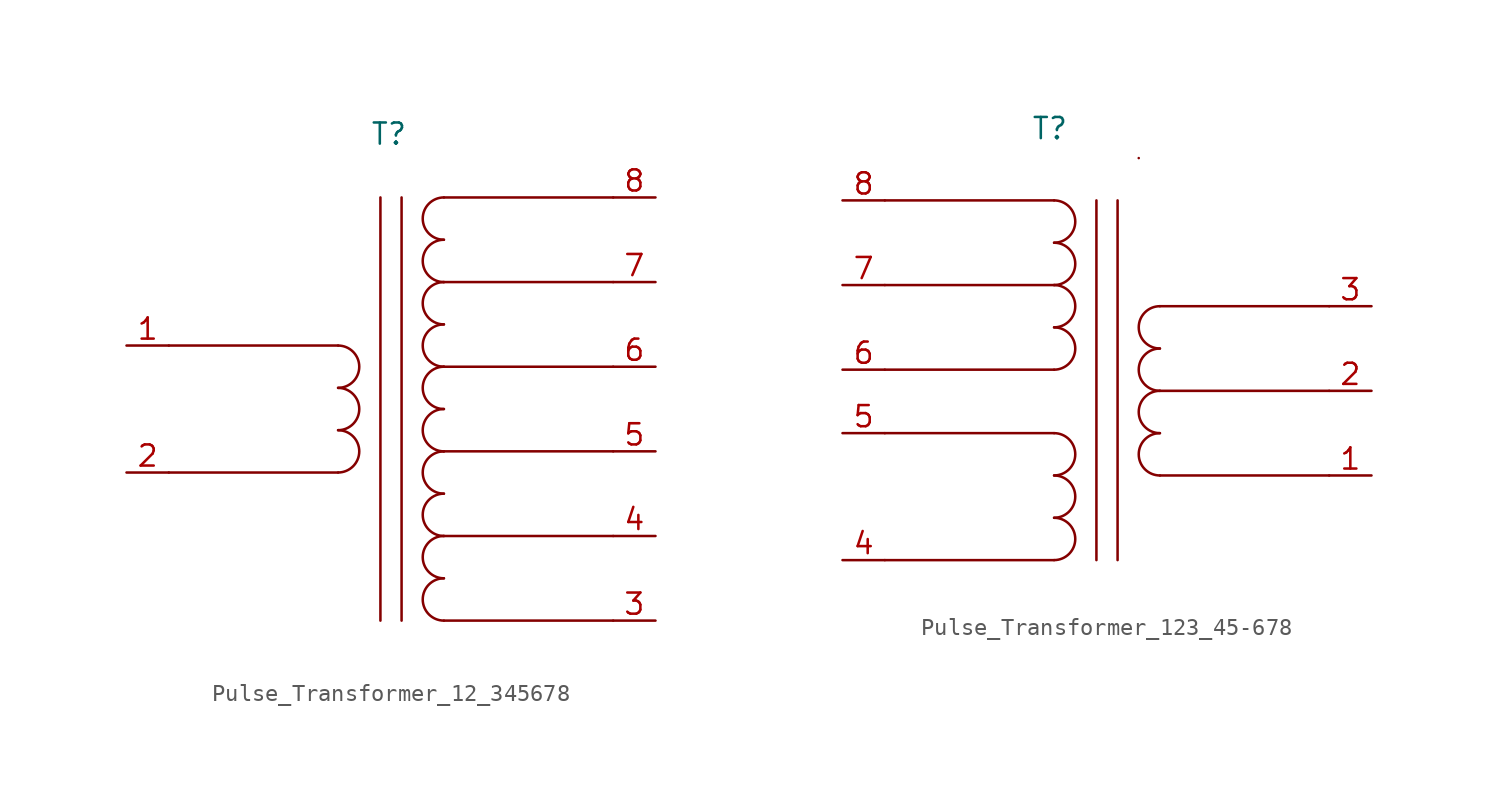
<source format=kicad_sym>
(kicad_symbol_lib
  (version 20231120)
  (generator "kicad_symbol_editor")
  (generator_version "8.0")
  (symbol "Pulse_Transformer_12_345678"
    (property "Reference" "T"
      (at -0.762 15.24 0)
      (effects (font (size 1.27 1.27))))
    (property "Value" ""
      (at 0 0 0)
      (effects (font (size 1.27 1.27))))
    (symbol "Pulse_Transformer_12_345678_0_1"
      (arc (start -3.81 -5.08) (mid -2.54 -3.81) (end -3.81 -2.54) (stroke (width 0) (type default)) (fill (type none)))
      (arc (start -3.81 -2.54) (mid -2.54 -1.27) (end -3.81 0) (stroke (width 0) (type default)) (fill (type none)))
      (arc (start -3.81 0) (mid -2.54 1.27) (end -3.81 2.54) (stroke (width 0) (type default)) (fill (type none)))
      (polyline (pts (xy -13.97 -5.08) (xy -3.81 -5.08)) (stroke (width 0) (type default)) (fill (type none)))
      (polyline (pts (xy -13.97 2.54) (xy -3.81 2.54)) (stroke (width 0) (type default)) (fill (type none)))
      (polyline (pts (xy -1.27 11.43) (xy -1.27 -13.97)) (stroke (width 0) (type default)) (fill (type none)))
      (polyline (pts (xy 0 11.43) (xy 0 -13.97)) (stroke (width 0) (type default)) (fill (type none)))
      (polyline (pts (xy 2.54 -13.97) (xy 12.7 -13.97)) (stroke (width 0) (type default)) (fill (type none)))
      (polyline (pts (xy 2.54 -8.89) (xy 12.7 -8.89)) (stroke (width 0) (type default)) (fill (type none)))
      (polyline (pts (xy 2.54 -3.81) (xy 12.7 -3.81)) (stroke (width 0) (type default)) (fill (type none)))
      (polyline (pts (xy 2.54 1.27) (xy 12.7 1.27)) (stroke (width 0) (type default)) (fill (type none)))
      (polyline (pts (xy 2.54 6.35) (xy 12.7 6.35)) (stroke (width 0) (type default)) (fill (type none)))
      (polyline (pts (xy 2.54 11.43) (xy 12.7 11.43)) (stroke (width 0) (type default)) (fill (type none)))
      (arc (start 2.54 -11.43) (mid 1.27 -12.7) (end 2.54 -13.97) (stroke (width 0) (type default)) (fill (type none)))
      (arc (start 2.54 -8.89) (mid 1.27 -10.16) (end 2.54 -11.43) (stroke (width 0) (type default)) (fill (type none)))
      (arc (start 2.54 -6.35) (mid 1.27 -7.62) (end 2.54 -8.89) (stroke (width 0) (type default)) (fill (type none)))
      (arc (start 2.54 -3.81) (mid 1.27 -5.08) (end 2.54 -6.35) (stroke (width 0) (type default)) (fill (type none)))
      (arc (start 2.54 -1.27) (mid 1.27 -2.54) (end 2.54 -3.81) (stroke (width 0) (type default)) (fill (type none)))
      (arc (start 2.54 1.27) (mid 1.27 0) (end 2.54 -1.27) (stroke (width 0) (type default)) (fill (type none)))
      (arc (start 2.54 3.81) (mid 1.27 2.54) (end 2.54 1.27) (stroke (width 0) (type default)) (fill (type none)))
      (arc (start 2.54 6.35) (mid 1.27 5.08) (end 2.54 3.81) (stroke (width 0) (type default)) (fill (type none)))
      (arc (start 2.54 8.89) (mid 1.27 7.62) (end 2.54 6.35) (stroke (width 0) (type default)) (fill (type none)))
      (arc (start 2.54 11.43) (mid 1.27 10.16) (end 2.54 8.89) (stroke (width 0) (type default)) (fill (type none))))
    (symbol "Pulse_Transformer_12_345678_1_1"
      (pin input line (at -16.51 2.54 0) (length 2.54) (name "" (effects (font (size 1.27 1.27)))) (number "1" (effects (font (size 1.27 1.27)))))
      (pin input line (at -16.51 -5.08 0) (length 2.54) (name "" (effects (font (size 1.27 1.27)))) (number "2" (effects (font (size 1.27 1.27)))))
      (pin output line (at 15.24 -13.97 180) (length 2.54) (name "" (effects (font (size 1.27 1.27)))) (number "3" (effects (font (size 1.27 1.27)))))
      (pin output line (at 15.24 -8.89 180) (length 2.54) (name "" (effects (font (size 1.27 1.27)))) (number "4" (effects (font (size 1.27 1.27)))))
      (pin output line (at 15.24 -3.81 180) (length 2.54) (name "" (effects (font (size 1.27 1.27)))) (number "5" (effects (font (size 1.27 1.27)))))
      (pin output line (at 15.24 1.27 180) (length 2.54) (name "" (effects (font (size 1.27 1.27)))) (number "6" (effects (font (size 1.27 1.27)))))
      (pin output line (at 15.24 6.35 180) (length 2.54) (name "" (effects (font (size 1.27 1.27)))) (number "7" (effects (font (size 1.27 1.27)))))
      (pin output line (at 15.24 11.43 180) (length 2.54) (name "" (effects (font (size 1.27 1.27)))) (number "8" (effects (font (size 1.27 1.27)))))))
  (symbol "Pulse_Transformer_123_45-678"
    (property "Reference" "T"
      (at -4.064 10.668 0)
      (effects (font (size 1.27 1.27))))
    (property "Value" ""
      (at 0 0 0)
      (effects (font (size 1.27 1.27))))
    (symbol "Pulse_Transformer_123_45-678_0_1"
      (arc (start -3.81 -15.24) (mid -2.54 -13.97) (end -3.81 -12.7) (stroke (width 0) (type default)) (fill (type none)))
      (arc (start -3.81 -12.7) (mid -2.54 -11.43) (end -3.81 -10.16) (stroke (width 0) (type default)) (fill (type none)))
      (arc (start -3.81 -10.16) (mid -2.54 -8.89) (end -3.81 -7.62) (stroke (width 0) (type default)) (fill (type none)))
      (arc (start -3.81 -3.81) (mid -2.54 -2.54) (end -3.81 -1.27) (stroke (width 0) (type default)) (fill (type none)))
      (arc (start -3.81 -1.27) (mid -2.54 0) (end -3.81 1.27) (stroke (width 0) (type default)) (fill (type none)))
      (arc (start -3.81 1.27) (mid -2.54 2.54) (end -3.81 3.81) (stroke (width 0) (type default)) (fill (type none)))
      (arc (start -3.81 3.81) (mid -2.54 5.08) (end -3.81 6.35) (stroke (width 0) (type default)) (fill (type none)))
      (polyline (pts (xy -13.97 -15.24) (xy -3.81 -15.24)) (stroke (width 0) (type default)) (fill (type none)))
      (polyline (pts (xy -13.97 -7.62) (xy -3.81 -7.62)) (stroke (width 0) (type default)) (fill (type none)))
      (polyline (pts (xy -13.97 -3.81) (xy -3.81 -3.81)) (stroke (width 0) (type default)) (fill (type none)))
      (polyline (pts (xy -13.97 1.27) (xy -3.81 1.27)) (stroke (width 0) (type default)) (fill (type none)))
      (polyline (pts (xy -13.97 6.35) (xy -3.81 6.35)) (stroke (width 0) (type default)) (fill (type none)))
      (polyline (pts (xy -1.27 6.35) (xy -1.27 -15.24)) (stroke (width 0) (type default)) (fill (type none)))
      (polyline (pts (xy 0 6.35) (xy 0 -15.24)) (stroke (width 0) (type default)) (fill (type none)))
      (polyline (pts (xy 1.27 8.89) (xy 1.27 8.89)) (stroke (width 0) (type default)) (fill (type none)))
      (polyline (pts (xy 2.54 -10.16) (xy 12.7 -10.16)) (stroke (width 0) (type default)) (fill (type none)))
      (polyline (pts (xy 2.54 -5.08) (xy 12.7 -5.08)) (stroke (width 0) (type default)) (fill (type none)))
      (polyline (pts (xy 2.54 0) (xy 12.7 0)) (stroke (width 0) (type default)) (fill (type none)))
      (arc (start 2.54 -7.62) (mid 1.27 -8.89) (end 2.54 -10.16) (stroke (width 0) (type default)) (fill (type none)))
      (arc (start 2.54 -5.08) (mid 1.27 -6.35) (end 2.54 -7.62) (stroke (width 0) (type default)) (fill (type none)))
      (arc (start 2.54 -2.54) (mid 1.27 -3.81) (end 2.54 -5.08) (stroke (width 0) (type default)) (fill (type none)))
      (arc (start 2.54 0) (mid 1.27 -1.27) (end 2.54 -2.54) (stroke (width 0) (type default)) (fill (type none))))
    (symbol "Pulse_Transformer_123_45-678_1_1"
      (pin output line (at 15.24 -10.16 180) (length 2.54) (name "" (effects (font (size 1.27 1.27)))) (number "1" (effects (font (size 1.27 1.27)))))
      (pin output line (at 15.24 -5.08 180) (length 2.54) (name "" (effects (font (size 1.27 1.27)))) (number "2" (effects (font (size 1.27 1.27)))))
      (pin output line (at 15.24 0 180) (length 2.54) (name "" (effects (font (size 1.27 1.27)))) (number "3" (effects (font (size 1.27 1.27)))))
      (pin input line (at -16.51 -15.24 0) (length 2.54) (name "" (effects (font (size 1.27 1.27)))) (number "4" (effects (font (size 1.27 1.27)))))
      (pin input line (at -16.51 -7.62 0) (length 2.54) (name "" (effects (font (size 1.27 1.27)))) (number "5" (effects (font (size 1.27 1.27)))))
      (pin input line (at -16.51 -3.81 0) (length 2.54) (name "" (effects (font (size 1.27 1.27)))) (number "6" (effects (font (size 1.27 1.27)))))
      (pin input line (at -16.51 1.27 0) (length 2.54) (name "" (effects (font (size 1.27 1.27)))) (number "7" (effects (font (size 1.27 1.27)))))
      (pin input line (at -16.51 6.35 0) (length 2.54) (name "" (effects (font (size 1.27 1.27)))) (number "8" (effects (font (size 1.27 1.27))))))))
</source>
